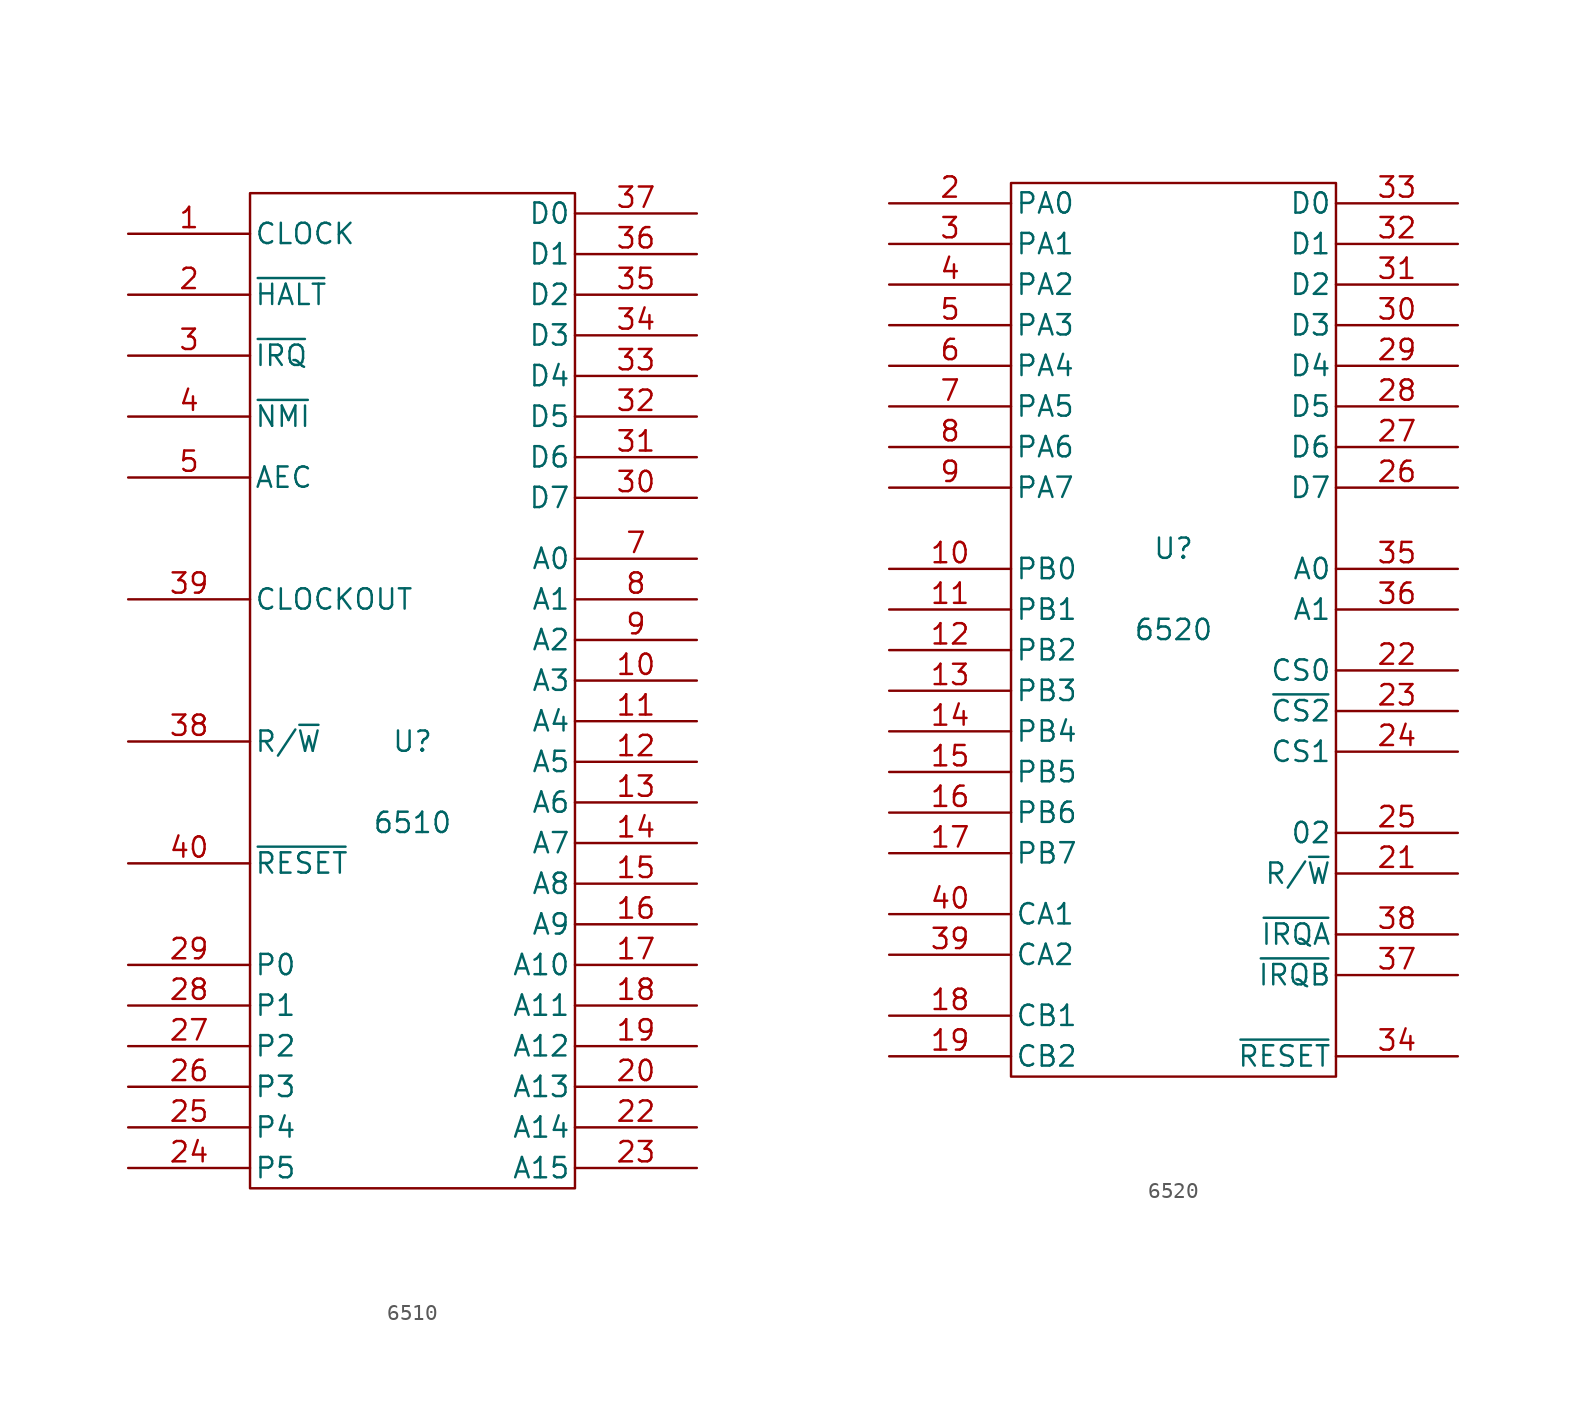
<source format=kicad_sym>
(kicad_symbol_lib
  (version 20231120)
  (generator "kicad_symbol_editor")
  (generator_version "8.0")
  (symbol "6510"
    (pin_names
      (offset 0.254))
    (property "Reference" "U"
      (at 0 -15.24 0)
      (effects (font (size 1.27 1.27))))
    (property "Value" "6510"
      (at 0 -20.32 0)
      (effects (font (size 1.27 1.27))))
    (property "Footprint" ""
      (at 0 0 0)
      (effects (font (size 1.27 1.27))))
    (property "Datasheet" ""
      (at 0 0 0)
      (effects (font (size 1.27 1.27))))
    (symbol "6510_0_0"
      (pin power_in line (at 0 -43.18 90) (length 1.27) hide (name "GND" (effects (font (size 1.27 1.27)))) (number "21" (effects (font (size 1.27 1.27)))))
      (pin power_in line (at 0 20.32 270) (length 1.27) hide (name "Vcc" (effects (font (size 1.27 1.27)))) (number "6" (effects (font (size 1.27 1.27))))))
    (symbol "6510_0_1"
      (rectangle (start -10.16 19.05) (end 10.16 -43.18) (stroke (width 0) (type solid)) (fill (type none))))
    (symbol "6510_1_1"
      (pin input line (at -17.78 16.51 0) (length 7.62) (name "CLOCK" (effects (font (size 1.27 1.27)))) (number "1" (effects (font (size 1.27 1.27)))))
      (pin output line (at 17.78 -11.43 180) (length 7.62) (name "A3" (effects (font (size 1.27 1.27)))) (number "10" (effects (font (size 1.27 1.27)))))
      (pin output line (at 17.78 -13.97 180) (length 7.62) (name "A4" (effects (font (size 1.27 1.27)))) (number "11" (effects (font (size 1.27 1.27)))))
      (pin output line (at 17.78 -16.51 180) (length 7.62) (name "A5" (effects (font (size 1.27 1.27)))) (number "12" (effects (font (size 1.27 1.27)))))
      (pin output line (at 17.78 -19.05 180) (length 7.62) (name "A6" (effects (font (size 1.27 1.27)))) (number "13" (effects (font (size 1.27 1.27)))))
      (pin output line (at 17.78 -21.59 180) (length 7.62) (name "A7" (effects (font (size 1.27 1.27)))) (number "14" (effects (font (size 1.27 1.27)))))
      (pin output line (at 17.78 -24.13 180) (length 7.62) (name "A8" (effects (font (size 1.27 1.27)))) (number "15" (effects (font (size 1.27 1.27)))))
      (pin output line (at 17.78 -26.67 180) (length 7.62) (name "A9" (effects (font (size 1.27 1.27)))) (number "16" (effects (font (size 1.27 1.27)))))
      (pin input line (at 17.78 -29.21 180) (length 7.62) (name "A10" (effects (font (size 1.27 1.27)))) (number "17" (effects (font (size 1.27 1.27)))))
      (pin output line (at 17.78 -31.75 180) (length 7.62) (name "A11" (effects (font (size 1.27 1.27)))) (number "18" (effects (font (size 1.27 1.27)))))
      (pin output line (at 17.78 -34.29 180) (length 7.62) (name "A12" (effects (font (size 1.27 1.27)))) (number "19" (effects (font (size 1.27 1.27)))))
      (pin input line (at -17.78 12.7 0) (length 7.62) (name "~{HALT}" (effects (font (size 1.27 1.27)))) (number "2" (effects (font (size 1.27 1.27)))))
      (pin output line (at 17.78 -36.83 180) (length 7.62) (name "A13" (effects (font (size 1.27 1.27)))) (number "20" (effects (font (size 1.27 1.27)))))
      (pin output line (at 17.78 -39.37 180) (length 7.62) (name "A14" (effects (font (size 1.27 1.27)))) (number "22" (effects (font (size 1.27 1.27)))))
      (pin output line (at 17.78 -41.91 180) (length 7.62) (name "A15" (effects (font (size 1.27 1.27)))) (number "23" (effects (font (size 1.27 1.27)))))
      (pin bidirectional line (at -17.78 -41.91 0) (length 7.62) (name "P5" (effects (font (size 1.27 1.27)))) (number "24" (effects (font (size 1.27 1.27)))))
      (pin bidirectional line (at -17.78 -39.37 0) (length 7.62) (name "P4" (effects (font (size 1.27 1.27)))) (number "25" (effects (font (size 1.27 1.27)))))
      (pin bidirectional line (at -17.78 -36.83 0) (length 7.62) (name "P3" (effects (font (size 1.27 1.27)))) (number "26" (effects (font (size 1.27 1.27)))))
      (pin bidirectional line (at -17.78 -34.29 0) (length 7.62) (name "P2" (effects (font (size 1.27 1.27)))) (number "27" (effects (font (size 1.27 1.27)))))
      (pin bidirectional line (at -17.78 -31.75 0) (length 7.62) (name "P1" (effects (font (size 1.27 1.27)))) (number "28" (effects (font (size 1.27 1.27)))))
      (pin bidirectional line (at -17.78 -29.21 0) (length 7.62) (name "P0" (effects (font (size 1.27 1.27)))) (number "29" (effects (font (size 1.27 1.27)))))
      (pin input line (at -17.78 8.89 0) (length 7.62) (name "~{IRQ}" (effects (font (size 1.27 1.27)))) (number "3" (effects (font (size 1.27 1.27)))))
      (pin bidirectional line (at 17.78 0 180) (length 7.62) (name "D7" (effects (font (size 1.27 1.27)))) (number "30" (effects (font (size 1.27 1.27)))))
      (pin bidirectional line (at 17.78 2.54 180) (length 7.62) (name "D6" (effects (font (size 1.27 1.27)))) (number "31" (effects (font (size 1.27 1.27)))))
      (pin bidirectional line (at 17.78 5.08 180) (length 7.62) (name "D5" (effects (font (size 1.27 1.27)))) (number "32" (effects (font (size 1.27 1.27)))))
      (pin bidirectional line (at 17.78 7.62 180) (length 7.62) (name "D4" (effects (font (size 1.27 1.27)))) (number "33" (effects (font (size 1.27 1.27)))))
      (pin bidirectional line (at 17.78 10.16 180) (length 7.62) (name "D3" (effects (font (size 1.27 1.27)))) (number "34" (effects (font (size 1.27 1.27)))))
      (pin bidirectional line (at 17.78 12.7 180) (length 7.62) (name "D2" (effects (font (size 1.27 1.27)))) (number "35" (effects (font (size 1.27 1.27)))))
      (pin bidirectional line (at 17.78 15.24 180) (length 7.62) (name "D1" (effects (font (size 1.27 1.27)))) (number "36" (effects (font (size 1.27 1.27)))))
      (pin bidirectional line (at 17.78 17.78 180) (length 7.62) (name "D0" (effects (font (size 1.27 1.27)))) (number "37" (effects (font (size 1.27 1.27)))))
      (pin input line (at -17.78 -15.24 0) (length 7.62) (name "R/~{W}" (effects (font (size 1.27 1.27)))) (number "38" (effects (font (size 1.27 1.27)))))
      (pin output line (at -17.78 -6.35 0) (length 7.62) (name "CLOCKOUT" (effects (font (size 1.27 1.27)))) (number "39" (effects (font (size 1.27 1.27)))))
      (pin input line (at -17.78 5.08 0) (length 7.62) (name "~{NMI}" (effects (font (size 1.27 1.27)))) (number "4" (effects (font (size 1.27 1.27)))))
      (pin input line (at -17.78 -22.86 0) (length 7.62) (name "~{RESET}" (effects (font (size 1.27 1.27)))) (number "40" (effects (font (size 1.27 1.27)))))
      (pin output line (at -17.78 1.27 0) (length 7.62) (name "AEC" (effects (font (size 1.27 1.27)))) (number "5" (effects (font (size 1.27 1.27)))))
      (pin output line (at 17.78 -3.81 180) (length 7.62) (name "A0" (effects (font (size 1.27 1.27)))) (number "7" (effects (font (size 1.27 1.27)))))
      (pin output line (at 17.78 -6.35 180) (length 7.62) (name "A1" (effects (font (size 1.27 1.27)))) (number "8" (effects (font (size 1.27 1.27)))))
      (pin output line (at 17.78 -8.89 180) (length 7.62) (name "A2" (effects (font (size 1.27 1.27)))) (number "9" (effects (font (size 1.27 1.27)))))))
  (symbol "6520"
    (pin_names
      (offset 0.254))
    (property "Reference" "U"
      (at 0 -3.81 0)
      (effects (font (size 1.27 1.27))))
    (property "Value" "6520"
      (at 0 -8.89 0)
      (effects (font (size 1.27 1.27))))
    (property "Footprint" ""
      (at 0 0 0)
      (effects (font (size 1.27 1.27))))
    (property "Datasheet" ""
      (at 0 0 0)
      (effects (font (size 1.27 1.27))))
    (symbol "6520_0_0"
      (pin power_in line (at 0 -36.83 90) (length 1.27) hide (name "GND" (effects (font (size 1.27 1.27)))) (number "1" (effects (font (size 1.27 1.27)))))
      (pin power_in line (at 0 20.32 270) (length 1.27) hide (name "Vcc" (effects (font (size 1.27 1.27)))) (number "20" (effects (font (size 1.27 1.27))))))
    (symbol "6520_0_1"
      (rectangle (start -10.16 19.05) (end 10.16 -36.83) (stroke (width 0) (type solid)) (fill (type none))))
    (symbol "6520_1_1"
      (pin bidirectional line (at -17.78 -5.08 0) (length 7.62) (name "PB0" (effects (font (size 1.27 1.27)))) (number "10" (effects (font (size 1.27 1.27)))))
      (pin bidirectional line (at -17.78 -7.62 0) (length 7.62) (name "PB1" (effects (font (size 1.27 1.27)))) (number "11" (effects (font (size 1.27 1.27)))))
      (pin bidirectional line (at -17.78 -10.16 0) (length 7.62) (name "PB2" (effects (font (size 1.27 1.27)))) (number "12" (effects (font (size 1.27 1.27)))))
      (pin bidirectional line (at -17.78 -12.7 0) (length 7.62) (name "PB3" (effects (font (size 1.27 1.27)))) (number "13" (effects (font (size 1.27 1.27)))))
      (pin bidirectional line (at -17.78 -15.24 0) (length 7.62) (name "PB4" (effects (font (size 1.27 1.27)))) (number "14" (effects (font (size 1.27 1.27)))))
      (pin bidirectional line (at -17.78 -17.78 0) (length 7.62) (name "PB5" (effects (font (size 1.27 1.27)))) (number "15" (effects (font (size 1.27 1.27)))))
      (pin bidirectional line (at -17.78 -20.32 0) (length 7.62) (name "PB6" (effects (font (size 1.27 1.27)))) (number "16" (effects (font (size 1.27 1.27)))))
      (pin bidirectional line (at -17.78 -22.86 0) (length 7.62) (name "PB7" (effects (font (size 1.27 1.27)))) (number "17" (effects (font (size 1.27 1.27)))))
      (pin bidirectional line (at -17.78 -33.02 0) (length 7.62) (name "CB1" (effects (font (size 1.27 1.27)))) (number "18" (effects (font (size 1.27 1.27)))))
      (pin bidirectional line (at -17.78 -35.56 0) (length 7.62) (name "CB2" (effects (font (size 1.27 1.27)))) (number "19" (effects (font (size 1.27 1.27)))))
      (pin bidirectional line (at -17.78 17.78 0) (length 7.62) (name "PA0" (effects (font (size 1.27 1.27)))) (number "2" (effects (font (size 1.27 1.27)))))
      (pin input line (at 17.78 -24.13 180) (length 7.62) (name "R/~{W}" (effects (font (size 1.27 1.27)))) (number "21" (effects (font (size 1.27 1.27)))))
      (pin input line (at 17.78 -11.43 180) (length 7.62) (name "CS0" (effects (font (size 1.27 1.27)))) (number "22" (effects (font (size 1.27 1.27)))))
      (pin input line (at 17.78 -13.97 180) (length 7.62) (name "~{CS2}" (effects (font (size 1.27 1.27)))) (number "23" (effects (font (size 1.27 1.27)))))
      (pin input line (at 17.78 -16.51 180) (length 7.62) (name "CS1" (effects (font (size 1.27 1.27)))) (number "24" (effects (font (size 1.27 1.27)))))
      (pin input line (at 17.78 -21.59 180) (length 7.62) (name "02" (effects (font (size 1.27 1.27)))) (number "25" (effects (font (size 1.27 1.27)))))
      (pin tri_state line (at 17.78 0 180) (length 7.62) (name "D7" (effects (font (size 1.27 1.27)))) (number "26" (effects (font (size 1.27 1.27)))))
      (pin tri_state line (at 17.78 2.54 180) (length 7.62) (name "D6" (effects (font (size 1.27 1.27)))) (number "27" (effects (font (size 1.27 1.27)))))
      (pin output line (at 17.78 5.08 180) (length 7.62) (name "D5" (effects (font (size 1.27 1.27)))) (number "28" (effects (font (size 1.27 1.27)))))
      (pin output line (at 17.78 7.62 180) (length 7.62) (name "D4" (effects (font (size 1.27 1.27)))) (number "29" (effects (font (size 1.27 1.27)))))
      (pin bidirectional line (at -17.78 15.24 0) (length 7.62) (name "PA1" (effects (font (size 1.27 1.27)))) (number "3" (effects (font (size 1.27 1.27)))))
      (pin output line (at 17.78 10.16 180) (length 7.62) (name "D3" (effects (font (size 1.27 1.27)))) (number "30" (effects (font (size 1.27 1.27)))))
      (pin output line (at 17.78 12.7 180) (length 7.62) (name "D2" (effects (font (size 1.27 1.27)))) (number "31" (effects (font (size 1.27 1.27)))))
      (pin output line (at 17.78 15.24 180) (length 7.62) (name "D1" (effects (font (size 1.27 1.27)))) (number "32" (effects (font (size 1.27 1.27)))))
      (pin output line (at 17.78 17.78 180) (length 7.62) (name "D0" (effects (font (size 1.27 1.27)))) (number "33" (effects (font (size 1.27 1.27)))))
      (pin input line (at 17.78 -35.56 180) (length 7.62) (name "~{RESET}" (effects (font (size 1.27 1.27)))) (number "34" (effects (font (size 1.27 1.27)))))
      (pin input line (at 17.78 -5.08 180) (length 7.62) (name "A0" (effects (font (size 1.27 1.27)))) (number "35" (effects (font (size 1.27 1.27)))))
      (pin input line (at 17.78 -7.62 180) (length 7.62) (name "A1" (effects (font (size 1.27 1.27)))) (number "36" (effects (font (size 1.27 1.27)))))
      (pin input line (at 17.78 -30.48 180) (length 7.62) (name "~{IRQB}" (effects (font (size 1.27 1.27)))) (number "37" (effects (font (size 1.27 1.27)))))
      (pin input line (at 17.78 -27.94 180) (length 7.62) (name "~{IRQA}" (effects (font (size 1.27 1.27)))) (number "38" (effects (font (size 1.27 1.27)))))
      (pin bidirectional line (at -17.78 -29.21 0) (length 7.62) (name "CA2" (effects (font (size 1.27 1.27)))) (number "39" (effects (font (size 1.27 1.27)))))
      (pin bidirectional line (at -17.78 12.7 0) (length 7.62) (name "PA2" (effects (font (size 1.27 1.27)))) (number "4" (effects (font (size 1.27 1.27)))))
      (pin bidirectional line (at -17.78 -26.67 0) (length 7.62) (name "CA1" (effects (font (size 1.27 1.27)))) (number "40" (effects (font (size 1.27 1.27)))))
      (pin bidirectional line (at -17.78 10.16 0) (length 7.62) (name "PA3" (effects (font (size 1.27 1.27)))) (number "5" (effects (font (size 1.27 1.27)))))
      (pin bidirectional line (at -17.78 7.62 0) (length 7.62) (name "PA4" (effects (font (size 1.27 1.27)))) (number "6" (effects (font (size 1.27 1.27)))))
      (pin bidirectional line (at -17.78 5.08 0) (length 7.62) (name "PA5" (effects (font (size 1.27 1.27)))) (number "7" (effects (font (size 1.27 1.27)))))
      (pin bidirectional line (at -17.78 2.54 0) (length 7.62) (name "PA6" (effects (font (size 1.27 1.27)))) (number "8" (effects (font (size 1.27 1.27)))))
      (pin bidirectional line (at -17.78 0 0) (length 7.62) (name "PA7" (effects (font (size 1.27 1.27)))) (number "9" (effects (font (size 1.27 1.27))))))))
</source>
